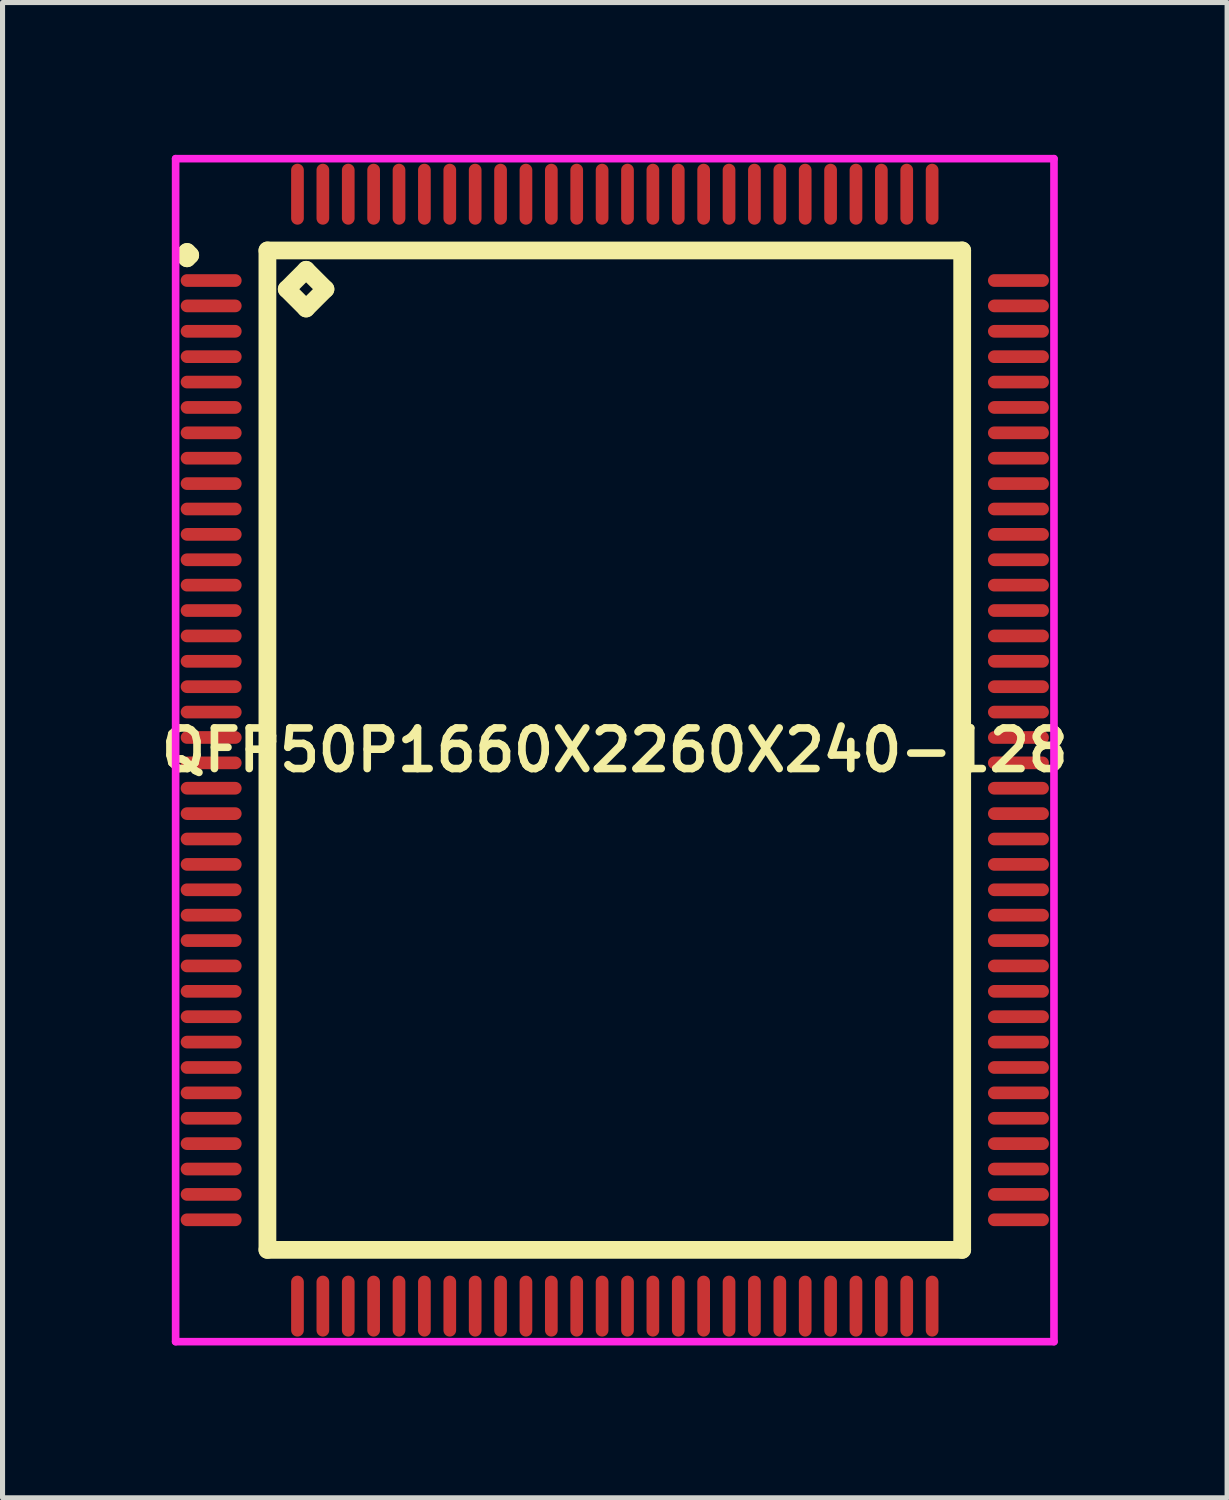
<source format=kicad_pcb>
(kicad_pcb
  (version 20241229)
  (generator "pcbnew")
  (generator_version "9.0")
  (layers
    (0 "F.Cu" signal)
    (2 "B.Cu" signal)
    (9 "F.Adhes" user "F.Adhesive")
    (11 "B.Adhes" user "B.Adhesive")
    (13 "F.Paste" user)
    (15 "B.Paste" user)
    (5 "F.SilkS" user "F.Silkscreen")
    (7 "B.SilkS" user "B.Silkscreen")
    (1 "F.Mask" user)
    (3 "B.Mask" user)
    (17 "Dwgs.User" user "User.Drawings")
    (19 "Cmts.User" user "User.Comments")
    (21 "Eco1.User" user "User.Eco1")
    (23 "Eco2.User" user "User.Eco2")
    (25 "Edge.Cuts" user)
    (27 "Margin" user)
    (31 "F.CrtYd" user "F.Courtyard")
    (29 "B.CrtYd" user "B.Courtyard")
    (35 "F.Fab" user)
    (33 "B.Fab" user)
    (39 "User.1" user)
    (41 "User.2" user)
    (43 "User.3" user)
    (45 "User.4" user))
  (footprint "QFP50P1660X2260X240-128"
    (layer "F.Cu")
    (at 9.059 11.725)
    (property "Reference" "QFP50P1660X2260X240-128" (at 0 0 0) (layer "F.SilkS") (effects (font (size 0.8 0.8) (thickness 0.15))))
    (attr through_hole)
    (fp_line (start -8.488 -9.75) (end -8.425 -9.812) (stroke (width 0.35) (type solid)) (layer "F.SilkS"))
    (fp_line (start -8.425 -9.812) (end -8.363 -9.75) (stroke (width 0.35) (type solid)) (layer "F.SilkS"))
    (fp_line (start -8.425 -9.688) (end -8.488 -9.75) (stroke (width 0.35) (type solid)) (layer "F.SilkS"))
    (fp_line (start -8.363 -9.75) (end -8.425 -9.688) (stroke (width 0.35) (type solid)) (layer "F.SilkS"))
    (fp_line (start -6.842 -9.842) (end -6.842 9.842) (stroke (width 0.35) (type solid)) (layer "F.SilkS"))
    (fp_line (start -6.842 9.842) (end 6.842 9.842) (stroke (width 0.35) (type solid)) (layer "F.SilkS"))
    (fp_line (start -6.461 -9.08) (end -6.08 -9.461) (stroke (width 0.35) (type solid)) (layer "F.SilkS"))
    (fp_line (start -6.08 -9.461) (end -5.699 -9.08) (stroke (width 0.35) (type solid)) (layer "F.SilkS"))
    (fp_line (start -6.08 -8.699) (end -6.461 -9.08) (stroke (width 0.35) (type solid)) (layer "F.SilkS"))
    (fp_line (start -5.699 -9.08) (end -6.08 -8.699) (stroke (width 0.35) (type solid)) (layer "F.SilkS"))
    (fp_line (start 6.842 -9.842) (end -6.842 -9.842) (stroke (width 0.35) (type solid)) (layer "F.SilkS"))
    (fp_line (start 6.842 9.842) (end 6.842 -9.842) (stroke (width 0.35) (type solid)) (layer "F.SilkS"))
    (fp_line (start -8.65 -11.65) (end 8.65 -11.65) (stroke (width 0.15) (type solid)) (layer "F.CrtYd"))
    (fp_line (start -8.65 11.65) (end -8.65 -11.65) (stroke (width 0.15) (type solid)) (layer "F.CrtYd"))
    (fp_line (start 8.65 -11.65) (end 8.65 11.65) (stroke (width 0.15) (type solid)) (layer "F.CrtYd"))
    (fp_line (start 8.65 11.65) (end -8.65 11.65) (stroke (width 0.15) (type solid)) (layer "F.CrtYd"))
    (pad "1" smd oval (at -7.95 -9.25) (size 1.2 0.25) (layers "F.Cu" "F.Mask" "F.Paste"))
    (pad "2" smd oval (at -7.95 -8.75) (size 1.2 0.25) (layers "F.Cu" "F.Mask" "F.Paste"))
    (pad "3" smd oval (at -7.95 -8.25) (size 1.2 0.25) (layers "F.Cu" "F.Mask" "F.Paste"))
    (pad "4" smd oval (at -7.95 -7.75) (size 1.2 0.25) (layers "F.Cu" "F.Mask" "F.Paste"))
    (pad "5" smd oval (at -7.95 -7.25) (size 1.2 0.25) (layers "F.Cu" "F.Mask" "F.Paste"))
    (pad "6" smd oval (at -7.95 -6.75) (size 1.2 0.25) (layers "F.Cu" "F.Mask" "F.Paste"))
    (pad "7" smd oval (at -7.95 -6.25) (size 1.2 0.25) (layers "F.Cu" "F.Mask" "F.Paste"))
    (pad "8" smd oval (at -7.95 -5.75) (size 1.2 0.25) (layers "F.Cu" "F.Mask" "F.Paste"))
    (pad "9" smd oval (at -7.95 -5.25) (size 1.2 0.25) (layers "F.Cu" "F.Mask" "F.Paste"))
    (pad "10" smd oval (at -7.95 -4.75) (size 1.2 0.25) (layers "F.Cu" "F.Mask" "F.Paste"))
    (pad "11" smd oval (at -7.95 -4.25) (size 1.2 0.25) (layers "F.Cu" "F.Mask" "F.Paste"))
    (pad "12" smd oval (at -7.95 -3.75) (size 1.2 0.25) (layers "F.Cu" "F.Mask" "F.Paste"))
    (pad "13" smd oval (at -7.95 -3.25) (size 1.2 0.25) (layers "F.Cu" "F.Mask" "F.Paste"))
    (pad "14" smd oval (at -7.95 -2.75) (size 1.2 0.25) (layers "F.Cu" "F.Mask" "F.Paste"))
    (pad "15" smd oval (at -7.95 -2.25) (size 1.2 0.25) (layers "F.Cu" "F.Mask" "F.Paste"))
    (pad "16" smd oval (at -7.95 -1.75) (size 1.2 0.25) (layers "F.Cu" "F.Mask" "F.Paste"))
    (pad "17" smd oval (at -7.95 -1.25) (size 1.2 0.25) (layers "F.Cu" "F.Mask" "F.Paste"))
    (pad "18" smd oval (at -7.95 -0.75) (size 1.2 0.25) (layers "F.Cu" "F.Mask" "F.Paste"))
    (pad "19" smd oval (at -7.95 -0.25) (size 1.2 0.25) (layers "F.Cu" "F.Mask" "F.Paste"))
    (pad "20" smd oval (at -7.95 0.25) (size 1.2 0.25) (layers "F.Cu" "F.Mask" "F.Paste"))
    (pad "21" smd oval (at -7.95 0.75) (size 1.2 0.25) (layers "F.Cu" "F.Mask" "F.Paste"))
    (pad "22" smd oval (at -7.95 1.25) (size 1.2 0.25) (layers "F.Cu" "F.Mask" "F.Paste"))
    (pad "23" smd oval (at -7.95 1.75) (size 1.2 0.25) (layers "F.Cu" "F.Mask" "F.Paste"))
    (pad "24" smd oval (at -7.95 2.25) (size 1.2 0.25) (layers "F.Cu" "F.Mask" "F.Paste"))
    (pad "25" smd oval (at -7.95 2.75) (size 1.2 0.25) (layers "F.Cu" "F.Mask" "F.Paste"))
    (pad "26" smd oval (at -7.95 3.25) (size 1.2 0.25) (layers "F.Cu" "F.Mask" "F.Paste"))
    (pad "27" smd oval (at -7.95 3.75) (size 1.2 0.25) (layers "F.Cu" "F.Mask" "F.Paste"))
    (pad "28" smd oval (at -7.95 4.25) (size 1.2 0.25) (layers "F.Cu" "F.Mask" "F.Paste"))
    (pad "29" smd oval (at -7.95 4.75) (size 1.2 0.25) (layers "F.Cu" "F.Mask" "F.Paste"))
    (pad "30" smd oval (at -7.95 5.25) (size 1.2 0.25) (layers "F.Cu" "F.Mask" "F.Paste"))
    (pad "31" smd oval (at -7.95 5.75) (size 1.2 0.25) (layers "F.Cu" "F.Mask" "F.Paste"))
    (pad "32" smd oval (at -7.95 6.25) (size 1.2 0.25) (layers "F.Cu" "F.Mask" "F.Paste"))
    (pad "33" smd oval (at -7.95 6.75) (size 1.2 0.25) (layers "F.Cu" "F.Mask" "F.Paste"))
    (pad "34" smd oval (at -7.95 7.25) (size 1.2 0.25) (layers "F.Cu" "F.Mask" "F.Paste"))
    (pad "35" smd oval (at -7.95 7.75) (size 1.2 0.25) (layers "F.Cu" "F.Mask" "F.Paste"))
    (pad "36" smd oval (at -7.95 8.25) (size 1.2 0.25) (layers "F.Cu" "F.Mask" "F.Paste"))
    (pad "37" smd oval (at -7.95 8.75) (size 1.2 0.25) (layers "F.Cu" "F.Mask" "F.Paste"))
    (pad "38" smd oval (at -7.95 9.25) (size 1.2 0.25) (layers "F.Cu" "F.Mask" "F.Paste"))
    (pad "39" smd oval (at -6.25 10.95) (size 0.25 1.2) (layers "F.Cu" "F.Mask" "F.Paste"))
    (pad "40" smd oval (at -5.75 10.95) (size 0.25 1.2) (layers "F.Cu" "F.Mask" "F.Paste"))
    (pad "41" smd oval (at -5.25 10.95) (size 0.25 1.2) (layers "F.Cu" "F.Mask" "F.Paste"))
    (pad "42" smd oval (at -4.75 10.95) (size 0.25 1.2) (layers "F.Cu" "F.Mask" "F.Paste"))
    (pad "43" smd oval (at -4.25 10.95) (size 0.25 1.2) (layers "F.Cu" "F.Mask" "F.Paste"))
    (pad "44" smd oval (at -3.75 10.95) (size 0.25 1.2) (layers "F.Cu" "F.Mask" "F.Paste"))
    (pad "45" smd oval (at -3.25 10.95) (size 0.25 1.2) (layers "F.Cu" "F.Mask" "F.Paste"))
    (pad "46" smd oval (at -2.75 10.95) (size 0.25 1.2) (layers "F.Cu" "F.Mask" "F.Paste"))
    (pad "47" smd oval (at -2.25 10.95) (size 0.25 1.2) (layers "F.Cu" "F.Mask" "F.Paste"))
    (pad "48" smd oval (at -1.75 10.95) (size 0.25 1.2) (layers "F.Cu" "F.Mask" "F.Paste"))
    (pad "49" smd oval (at -1.25 10.95) (size 0.25 1.2) (layers "F.Cu" "F.Mask" "F.Paste"))
    (pad "50" smd oval (at -0.75 10.95) (size 0.25 1.2) (layers "F.Cu" "F.Mask" "F.Paste"))
    (pad "51" smd oval (at -0.25 10.95) (size 0.25 1.2) (layers "F.Cu" "F.Mask" "F.Paste"))
    (pad "52" smd oval (at 0.25 10.95) (size 0.25 1.2) (layers "F.Cu" "F.Mask" "F.Paste"))
    (pad "53" smd oval (at 0.75 10.95) (size 0.25 1.2) (layers "F.Cu" "F.Mask" "F.Paste"))
    (pad "54" smd oval (at 1.25 10.95) (size 0.25 1.2) (layers "F.Cu" "F.Mask" "F.Paste"))
    (pad "55" smd oval (at 1.75 10.95) (size 0.25 1.2) (layers "F.Cu" "F.Mask" "F.Paste"))
    (pad "56" smd oval (at 2.25 10.95) (size 0.25 1.2) (layers "F.Cu" "F.Mask" "F.Paste"))
    (pad "57" smd oval (at 2.75 10.95) (size 0.25 1.2) (layers "F.Cu" "F.Mask" "F.Paste"))
    (pad "58" smd oval (at 3.25 10.95) (size 0.25 1.2) (layers "F.Cu" "F.Mask" "F.Paste"))
    (pad "59" smd oval (at 3.75 10.95) (size 0.25 1.2) (layers "F.Cu" "F.Mask" "F.Paste"))
    (pad "60" smd oval (at 4.25 10.95) (size 0.25 1.2) (layers "F.Cu" "F.Mask" "F.Paste"))
    (pad "61" smd oval (at 4.75 10.95) (size 0.25 1.2) (layers "F.Cu" "F.Mask" "F.Paste"))
    (pad "62" smd oval (at 5.25 10.95) (size 0.25 1.2) (layers "F.Cu" "F.Mask" "F.Paste"))
    (pad "63" smd oval (at 5.75 10.95) (size 0.25 1.2) (layers "F.Cu" "F.Mask" "F.Paste"))
    (pad "64" smd oval (at 6.25 10.95) (size 0.25 1.2) (layers "F.Cu" "F.Mask" "F.Paste"))
    (pad "65" smd oval (at 7.95 9.25) (size 1.2 0.25) (layers "F.Cu" "F.Mask" "F.Paste"))
    (pad "66" smd oval (at 7.95 8.75) (size 1.2 0.25) (layers "F.Cu" "F.Mask" "F.Paste"))
    (pad "67" smd oval (at 7.95 8.25) (size 1.2 0.25) (layers "F.Cu" "F.Mask" "F.Paste"))
    (pad "68" smd oval (at 7.95 7.75) (size 1.2 0.25) (layers "F.Cu" "F.Mask" "F.Paste"))
    (pad "69" smd oval (at 7.95 7.25) (size 1.2 0.25) (layers "F.Cu" "F.Mask" "F.Paste"))
    (pad "70" smd oval (at 7.95 6.75) (size 1.2 0.25) (layers "F.Cu" "F.Mask" "F.Paste"))
    (pad "71" smd oval (at 7.95 6.25) (size 1.2 0.25) (layers "F.Cu" "F.Mask" "F.Paste"))
    (pad "72" smd oval (at 7.95 5.75) (size 1.2 0.25) (layers "F.Cu" "F.Mask" "F.Paste"))
    (pad "73" smd oval (at 7.95 5.25) (size 1.2 0.25) (layers "F.Cu" "F.Mask" "F.Paste"))
    (pad "74" smd oval (at 7.95 4.75) (size 1.2 0.25) (layers "F.Cu" "F.Mask" "F.Paste"))
    (pad "75" smd oval (at 7.95 4.25) (size 1.2 0.25) (layers "F.Cu" "F.Mask" "F.Paste"))
    (pad "76" smd oval (at 7.95 3.75) (size 1.2 0.25) (layers "F.Cu" "F.Mask" "F.Paste"))
    (pad "77" smd oval (at 7.95 3.25) (size 1.2 0.25) (layers "F.Cu" "F.Mask" "F.Paste"))
    (pad "78" smd oval (at 7.95 2.75) (size 1.2 0.25) (layers "F.Cu" "F.Mask" "F.Paste"))
    (pad "79" smd oval (at 7.95 2.25) (size 1.2 0.25) (layers "F.Cu" "F.Mask" "F.Paste"))
    (pad "80" smd oval (at 7.95 1.75) (size 1.2 0.25) (layers "F.Cu" "F.Mask" "F.Paste"))
    (pad "81" smd oval (at 7.95 1.25) (size 1.2 0.25) (layers "F.Cu" "F.Mask" "F.Paste"))
    (pad "82" smd oval (at 7.95 0.75) (size 1.2 0.25) (layers "F.Cu" "F.Mask" "F.Paste"))
    (pad "83" smd oval (at 7.95 0.25) (size 1.2 0.25) (layers "F.Cu" "F.Mask" "F.Paste"))
    (pad "84" smd oval (at 7.95 -0.25) (size 1.2 0.25) (layers "F.Cu" "F.Mask" "F.Paste"))
    (pad "85" smd oval (at 7.95 -0.75) (size 1.2 0.25) (layers "F.Cu" "F.Mask" "F.Paste"))
    (pad "86" smd oval (at 7.95 -1.25) (size 1.2 0.25) (layers "F.Cu" "F.Mask" "F.Paste"))
    (pad "87" smd oval (at 7.95 -1.75) (size 1.2 0.25) (layers "F.Cu" "F.Mask" "F.Paste"))
    (pad "88" smd oval (at 7.95 -2.25) (size 1.2 0.25) (layers "F.Cu" "F.Mask" "F.Paste"))
    (pad "89" smd oval (at 7.95 -2.75) (size 1.2 0.25) (layers "F.Cu" "F.Mask" "F.Paste"))
    (pad "90" smd oval (at 7.95 -3.25) (size 1.2 0.25) (layers "F.Cu" "F.Mask" "F.Paste"))
    (pad "91" smd oval (at 7.95 -3.75) (size 1.2 0.25) (layers "F.Cu" "F.Mask" "F.Paste"))
    (pad "92" smd oval (at 7.95 -4.25) (size 1.2 0.25) (layers "F.Cu" "F.Mask" "F.Paste"))
    (pad "93" smd oval (at 7.95 -4.75) (size 1.2 0.25) (layers "F.Cu" "F.Mask" "F.Paste"))
    (pad "94" smd oval (at 7.95 -5.25) (size 1.2 0.25) (layers "F.Cu" "F.Mask" "F.Paste"))
    (pad "95" smd oval (at 7.95 -5.75) (size 1.2 0.25) (layers "F.Cu" "F.Mask" "F.Paste"))
    (pad "96" smd oval (at 7.95 -6.25) (size 1.2 0.25) (layers "F.Cu" "F.Mask" "F.Paste"))
    (pad "97" smd oval (at 7.95 -6.75) (size 1.2 0.25) (layers "F.Cu" "F.Mask" "F.Paste"))
    (pad "98" smd oval (at 7.95 -7.25) (size 1.2 0.25) (layers "F.Cu" "F.Mask" "F.Paste"))
    (pad "99" smd oval (at 7.95 -7.75) (size 1.2 0.25) (layers "F.Cu" "F.Mask" "F.Paste"))
    (pad "100" smd oval (at 7.95 -8.25) (size 1.2 0.25) (layers "F.Cu" "F.Mask" "F.Paste"))
    (pad "101" smd oval (at 7.95 -8.75) (size 1.2 0.25) (layers "F.Cu" "F.Mask" "F.Paste"))
    (pad "102" smd oval (at 7.95 -9.25) (size 1.2 0.25) (layers "F.Cu" "F.Mask" "F.Paste"))
    (pad "103" smd oval (at 6.25 -10.95) (size 0.25 1.2) (layers "F.Cu" "F.Mask" "F.Paste"))
    (pad "104" smd oval (at 5.75 -10.95) (size 0.25 1.2) (layers "F.Cu" "F.Mask" "F.Paste"))
    (pad "105" smd oval (at 5.25 -10.95) (size 0.25 1.2) (layers "F.Cu" "F.Mask" "F.Paste"))
    (pad "106" smd oval (at 4.75 -10.95) (size 0.25 1.2) (layers "F.Cu" "F.Mask" "F.Paste"))
    (pad "107" smd oval (at 4.25 -10.95) (size 0.25 1.2) (layers "F.Cu" "F.Mask" "F.Paste"))
    (pad "108" smd oval (at 3.75 -10.95) (size 0.25 1.2) (layers "F.Cu" "F.Mask" "F.Paste"))
    (pad "109" smd oval (at 3.25 -10.95) (size 0.25 1.2) (layers "F.Cu" "F.Mask" "F.Paste"))
    (pad "110" smd oval (at 2.75 -10.95) (size 0.25 1.2) (layers "F.Cu" "F.Mask" "F.Paste"))
    (pad "111" smd oval (at 2.25 -10.95) (size 0.25 1.2) (layers "F.Cu" "F.Mask" "F.Paste"))
    (pad "112" smd oval (at 1.75 -10.95) (size 0.25 1.2) (layers "F.Cu" "F.Mask" "F.Paste"))
    (pad "113" smd oval (at 1.25 -10.95) (size 0.25 1.2) (layers "F.Cu" "F.Mask" "F.Paste"))
    (pad "114" smd oval (at 0.75 -10.95) (size 0.25 1.2) (layers "F.Cu" "F.Mask" "F.Paste"))
    (pad "115" smd oval (at 0.25 -10.95) (size 0.25 1.2) (layers "F.Cu" "F.Mask" "F.Paste"))
    (pad "116" smd oval (at -0.25 -10.95) (size 0.25 1.2) (layers "F.Cu" "F.Mask" "F.Paste"))
    (pad "117" smd oval (at -0.75 -10.95) (size 0.25 1.2) (layers "F.Cu" "F.Mask" "F.Paste"))
    (pad "118" smd oval (at -1.25 -10.95) (size 0.25 1.2) (layers "F.Cu" "F.Mask" "F.Paste"))
    (pad "119" smd oval (at -1.75 -10.95) (size 0.25 1.2) (layers "F.Cu" "F.Mask" "F.Paste"))
    (pad "120" smd oval (at -2.25 -10.95) (size 0.25 1.2) (layers "F.Cu" "F.Mask" "F.Paste"))
    (pad "121" smd oval (at -2.75 -10.95) (size 0.25 1.2) (layers "F.Cu" "F.Mask" "F.Paste"))
    (pad "122" smd oval (at -3.25 -10.95) (size 0.25 1.2) (layers "F.Cu" "F.Mask" "F.Paste"))
    (pad "123" smd oval (at -3.75 -10.95) (size 0.25 1.2) (layers "F.Cu" "F.Mask" "F.Paste"))
    (pad "124" smd oval (at -4.25 -10.95) (size 0.25 1.2) (layers "F.Cu" "F.Mask" "F.Paste"))
    (pad "125" smd oval (at -4.75 -10.95) (size 0.25 1.2) (layers "F.Cu" "F.Mask" "F.Paste"))
    (pad "126" smd oval (at -5.25 -10.95) (size 0.25 1.2) (layers "F.Cu" "F.Mask" "F.Paste"))
    (pad "127" smd oval (at -5.75 -10.95) (size 0.25 1.2) (layers "F.Cu" "F.Mask" "F.Paste"))
    (pad "128" smd oval (at -6.25 -10.95) (size 0.25 1.2) (layers "F.Cu" "F.Mask" "F.Paste")))
  (gr_rect
    (start -3 -3)
    (end 21.119 26.45)
    (stroke (width 0.1) (type default))
    (fill no)
    (layer "Edge.Cuts")))
</source>
